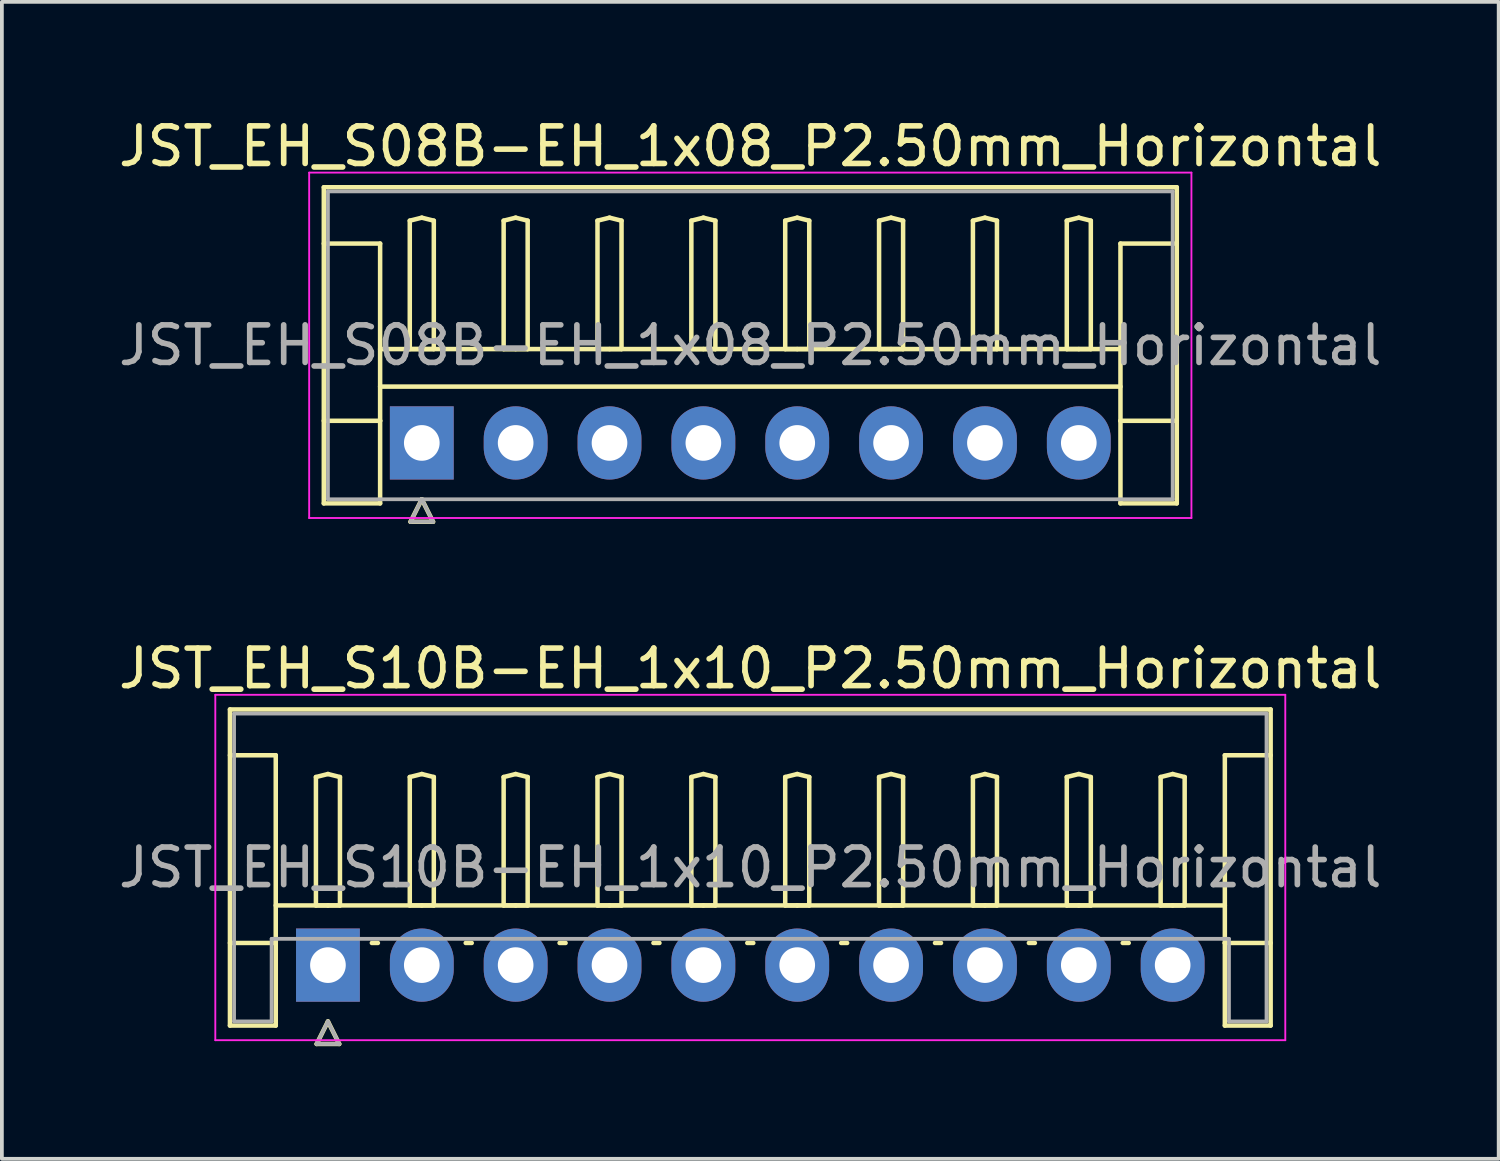
<source format=kicad_pcb>
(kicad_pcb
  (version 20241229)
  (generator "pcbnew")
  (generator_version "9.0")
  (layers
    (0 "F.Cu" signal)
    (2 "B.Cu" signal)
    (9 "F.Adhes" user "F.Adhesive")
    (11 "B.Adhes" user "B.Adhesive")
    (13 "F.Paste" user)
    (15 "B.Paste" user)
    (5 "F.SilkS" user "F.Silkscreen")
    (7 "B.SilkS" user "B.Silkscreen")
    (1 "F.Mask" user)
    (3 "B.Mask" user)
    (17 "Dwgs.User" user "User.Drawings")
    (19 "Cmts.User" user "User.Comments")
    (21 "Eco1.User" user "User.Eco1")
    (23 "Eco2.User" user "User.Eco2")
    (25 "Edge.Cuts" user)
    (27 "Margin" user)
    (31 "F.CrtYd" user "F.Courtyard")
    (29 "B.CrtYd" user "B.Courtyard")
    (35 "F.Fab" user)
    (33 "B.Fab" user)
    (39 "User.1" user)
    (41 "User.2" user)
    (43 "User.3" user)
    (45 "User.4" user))
  (footprint "JST_EH_S10B-EH_1x10_P2.50mm_Horizontal"
    (layer "F.Cu")
    (at 5.685 22.657)
    (property "Reference" "JST_EH_S10B-EH_1x10_P2.50mm_Horizontal" (at 11.25 -7.9 0) (layer "F.SilkS") (effects (font (size 1 1) (thickness 0.15))))
    (attr through_hole)
    (fp_line (start -2.61 -6.81) (end 25.11 -6.81) (stroke (width 0.12) (type solid)) (layer "F.SilkS"))
    (fp_line (start -2.61 -5.59) (end -1.39 -5.59) (stroke (width 0.12) (type solid)) (layer "F.SilkS"))
    (fp_line (start -2.61 1.61) (end -2.61 -6.81) (stroke (width 0.12) (type solid)) (layer "F.SilkS"))
    (fp_line (start -1.39 -5.59) (end -1.39 -0.59) (stroke (width 0.12) (type solid)) (layer "F.SilkS"))
    (fp_line (start -1.39 -1.59) (end 23.89 -1.59) (stroke (width 0.12) (type solid)) (layer "F.SilkS"))
    (fp_line (start -1.39 -0.59) (end -2.61 -0.59) (stroke (width 0.12) (type solid)) (layer "F.SilkS"))
    (fp_line (start -1.39 -0.59) (end -1.39 1.61) (stroke (width 0.12) (type solid)) (layer "F.SilkS"))
    (fp_line (start -1.39 1.61) (end -2.61 1.61) (stroke (width 0.12) (type solid)) (layer "F.SilkS"))
    (fp_line (start -0.32 -5.01) (end 0 -5.09) (stroke (width 0.12) (type solid)) (layer "F.SilkS"))
    (fp_line (start -0.32 -1.59) (end -0.32 -5.01) (stroke (width 0.12) (type solid)) (layer "F.SilkS"))
    (fp_line (start -0.3 2.1) (end 0.3 2.1) (stroke (width 0.12) (type solid)) (layer "F.SilkS"))
    (fp_line (start 0 -5.09) (end 0.32 -5.01) (stroke (width 0.12) (type solid)) (layer "F.SilkS"))
    (fp_line (start 0 -1.59) (end -0.32 -1.59) (stroke (width 0.12) (type solid)) (layer "F.SilkS"))
    (fp_line (start 0 1.5) (end -0.3 2.1) (stroke (width 0.12) (type solid)) (layer "F.SilkS"))
    (fp_line (start 0.3 2.1) (end 0 1.5) (stroke (width 0.12) (type solid)) (layer "F.SilkS"))
    (fp_line (start 0.32 -5.01) (end 0.32 -1.59) (stroke (width 0.12) (type solid)) (layer "F.SilkS"))
    (fp_line (start 0.32 -1.59) (end 0 -1.59) (stroke (width 0.12) (type solid)) (layer "F.SilkS"))
    (fp_line (start 1.17 -0.59) (end 1.33 -0.59) (stroke (width 0.12) (type solid)) (layer "F.SilkS"))
    (fp_line (start 2.18 -5.01) (end 2.5 -5.09) (stroke (width 0.12) (type solid)) (layer "F.SilkS"))
    (fp_line (start 2.18 -1.59) (end 2.18 -5.01) (stroke (width 0.12) (type solid)) (layer "F.SilkS"))
    (fp_line (start 2.5 -5.09) (end 2.82 -5.01) (stroke (width 0.12) (type solid)) (layer "F.SilkS"))
    (fp_line (start 2.5 -1.59) (end 2.18 -1.59) (stroke (width 0.12) (type solid)) (layer "F.SilkS"))
    (fp_line (start 2.82 -5.01) (end 2.82 -1.59) (stroke (width 0.12) (type solid)) (layer "F.SilkS"))
    (fp_line (start 2.82 -1.59) (end 2.5 -1.59) (stroke (width 0.12) (type solid)) (layer "F.SilkS"))
    (fp_line (start 3.67 -0.59) (end 3.83 -0.59) (stroke (width 0.12) (type solid)) (layer "F.SilkS"))
    (fp_line (start 4.68 -5.01) (end 5 -5.09) (stroke (width 0.12) (type solid)) (layer "F.SilkS"))
    (fp_line (start 4.68 -1.59) (end 4.68 -5.01) (stroke (width 0.12) (type solid)) (layer "F.SilkS"))
    (fp_line (start 5 -5.09) (end 5.32 -5.01) (stroke (width 0.12) (type solid)) (layer "F.SilkS"))
    (fp_line (start 5 -1.59) (end 4.68 -1.59) (stroke (width 0.12) (type solid)) (layer "F.SilkS"))
    (fp_line (start 5.32 -5.01) (end 5.32 -1.59) (stroke (width 0.12) (type solid)) (layer "F.SilkS"))
    (fp_line (start 5.32 -1.59) (end 5 -1.59) (stroke (width 0.12) (type solid)) (layer "F.SilkS"))
    (fp_line (start 6.17 -0.59) (end 6.33 -0.59) (stroke (width 0.12) (type solid)) (layer "F.SilkS"))
    (fp_line (start 7.18 -5.01) (end 7.5 -5.09) (stroke (width 0.12) (type solid)) (layer "F.SilkS"))
    (fp_line (start 7.18 -1.59) (end 7.18 -5.01) (stroke (width 0.12) (type solid)) (layer "F.SilkS"))
    (fp_line (start 7.5 -5.09) (end 7.82 -5.01) (stroke (width 0.12) (type solid)) (layer "F.SilkS"))
    (fp_line (start 7.5 -1.59) (end 7.18 -1.59) (stroke (width 0.12) (type solid)) (layer "F.SilkS"))
    (fp_line (start 7.82 -5.01) (end 7.82 -1.59) (stroke (width 0.12) (type solid)) (layer "F.SilkS"))
    (fp_line (start 7.82 -1.59) (end 7.5 -1.59) (stroke (width 0.12) (type solid)) (layer "F.SilkS"))
    (fp_line (start 8.67 -0.59) (end 8.83 -0.59) (stroke (width 0.12) (type solid)) (layer "F.SilkS"))
    (fp_line (start 9.68 -5.01) (end 10 -5.09) (stroke (width 0.12) (type solid)) (layer "F.SilkS"))
    (fp_line (start 9.68 -1.59) (end 9.68 -5.01) (stroke (width 0.12) (type solid)) (layer "F.SilkS"))
    (fp_line (start 10 -5.09) (end 10.32 -5.01) (stroke (width 0.12) (type solid)) (layer "F.SilkS"))
    (fp_line (start 10 -1.59) (end 9.68 -1.59) (stroke (width 0.12) (type solid)) (layer "F.SilkS"))
    (fp_line (start 10.32 -5.01) (end 10.32 -1.59) (stroke (width 0.12) (type solid)) (layer "F.SilkS"))
    (fp_line (start 10.32 -1.59) (end 10 -1.59) (stroke (width 0.12) (type solid)) (layer "F.SilkS"))
    (fp_line (start 11.17 -0.59) (end 11.33 -0.59) (stroke (width 0.12) (type solid)) (layer "F.SilkS"))
    (fp_line (start 12.18 -5.01) (end 12.5 -5.09) (stroke (width 0.12) (type solid)) (layer "F.SilkS"))
    (fp_line (start 12.18 -1.59) (end 12.18 -5.01) (stroke (width 0.12) (type solid)) (layer "F.SilkS"))
    (fp_line (start 12.5 -5.09) (end 12.82 -5.01) (stroke (width 0.12) (type solid)) (layer "F.SilkS"))
    (fp_line (start 12.5 -1.59) (end 12.18 -1.59) (stroke (width 0.12) (type solid)) (layer "F.SilkS"))
    (fp_line (start 12.82 -5.01) (end 12.82 -1.59) (stroke (width 0.12) (type solid)) (layer "F.SilkS"))
    (fp_line (start 12.82 -1.59) (end 12.5 -1.59) (stroke (width 0.12) (type solid)) (layer "F.SilkS"))
    (fp_line (start 13.67 -0.59) (end 13.83 -0.59) (stroke (width 0.12) (type solid)) (layer "F.SilkS"))
    (fp_line (start 14.68 -5.01) (end 15 -5.09) (stroke (width 0.12) (type solid)) (layer "F.SilkS"))
    (fp_line (start 14.68 -1.59) (end 14.68 -5.01) (stroke (width 0.12) (type solid)) (layer "F.SilkS"))
    (fp_line (start 15 -5.09) (end 15.32 -5.01) (stroke (width 0.12) (type solid)) (layer "F.SilkS"))
    (fp_line (start 15 -1.59) (end 14.68 -1.59) (stroke (width 0.12) (type solid)) (layer "F.SilkS"))
    (fp_line (start 15.32 -5.01) (end 15.32 -1.59) (stroke (width 0.12) (type solid)) (layer "F.SilkS"))
    (fp_line (start 15.32 -1.59) (end 15 -1.59) (stroke (width 0.12) (type solid)) (layer "F.SilkS"))
    (fp_line (start 16.17 -0.59) (end 16.33 -0.59) (stroke (width 0.12) (type solid)) (layer "F.SilkS"))
    (fp_line (start 17.18 -5.01) (end 17.5 -5.09) (stroke (width 0.12) (type solid)) (layer "F.SilkS"))
    (fp_line (start 17.18 -1.59) (end 17.18 -5.01) (stroke (width 0.12) (type solid)) (layer "F.SilkS"))
    (fp_line (start 17.5 -5.09) (end 17.82 -5.01) (stroke (width 0.12) (type solid)) (layer "F.SilkS"))
    (fp_line (start 17.5 -1.59) (end 17.18 -1.59) (stroke (width 0.12) (type solid)) (layer "F.SilkS"))
    (fp_line (start 17.82 -5.01) (end 17.82 -1.59) (stroke (width 0.12) (type solid)) (layer "F.SilkS"))
    (fp_line (start 17.82 -1.59) (end 17.5 -1.59) (stroke (width 0.12) (type solid)) (layer "F.SilkS"))
    (fp_line (start 18.67 -0.59) (end 18.83 -0.59) (stroke (width 0.12) (type solid)) (layer "F.SilkS"))
    (fp_line (start 19.68 -5.01) (end 20 -5.09) (stroke (width 0.12) (type solid)) (layer "F.SilkS"))
    (fp_line (start 19.68 -1.59) (end 19.68 -5.01) (stroke (width 0.12) (type solid)) (layer "F.SilkS"))
    (fp_line (start 20 -5.09) (end 20.32 -5.01) (stroke (width 0.12) (type solid)) (layer "F.SilkS"))
    (fp_line (start 20 -1.59) (end 19.68 -1.59) (stroke (width 0.12) (type solid)) (layer "F.SilkS"))
    (fp_line (start 20.32 -5.01) (end 20.32 -1.59) (stroke (width 0.12) (type solid)) (layer "F.SilkS"))
    (fp_line (start 20.32 -1.59) (end 20 -1.59) (stroke (width 0.12) (type solid)) (layer "F.SilkS"))
    (fp_line (start 21.17 -0.59) (end 21.33 -0.59) (stroke (width 0.12) (type solid)) (layer "F.SilkS"))
    (fp_line (start 22.18 -5.01) (end 22.5 -5.09) (stroke (width 0.12) (type solid)) (layer "F.SilkS"))
    (fp_line (start 22.18 -1.59) (end 22.18 -5.01) (stroke (width 0.12) (type solid)) (layer "F.SilkS"))
    (fp_line (start 22.5 -5.09) (end 22.82 -5.01) (stroke (width 0.12) (type solid)) (layer "F.SilkS"))
    (fp_line (start 22.5 -1.59) (end 22.18 -1.59) (stroke (width 0.12) (type solid)) (layer "F.SilkS"))
    (fp_line (start 22.82 -5.01) (end 22.82 -1.59) (stroke (width 0.12) (type solid)) (layer "F.SilkS"))
    (fp_line (start 22.82 -1.59) (end 22.5 -1.59) (stroke (width 0.12) (type solid)) (layer "F.SilkS"))
    (fp_line (start 23.89 -5.59) (end 23.89 -0.59) (stroke (width 0.12) (type solid)) (layer "F.SilkS"))
    (fp_line (start 23.89 -0.59) (end 25.11 -0.59) (stroke (width 0.12) (type solid)) (layer "F.SilkS"))
    (fp_line (start 23.89 1.61) (end 23.89 -0.59) (stroke (width 0.12) (type solid)) (layer "F.SilkS"))
    (fp_line (start 25.11 -6.81) (end 25.11 1.61) (stroke (width 0.12) (type solid)) (layer "F.SilkS"))
    (fp_line (start 25.11 -5.59) (end 23.89 -5.59) (stroke (width 0.12) (type solid)) (layer "F.SilkS"))
    (fp_line (start 25.11 1.61) (end 23.89 1.61) (stroke (width 0.12) (type solid)) (layer "F.SilkS"))
    (fp_line (start -3 -7.2) (end -3 2) (stroke (width 0.05) (type solid)) (layer "F.CrtYd"))
    (fp_line (start -3 2) (end 25.5 2) (stroke (width 0.05) (type solid)) (layer "F.CrtYd"))
    (fp_line (start 25.5 -7.2) (end -3 -7.2) (stroke (width 0.05) (type solid)) (layer "F.CrtYd"))
    (fp_line (start 25.5 2) (end 25.5 -7.2) (stroke (width 0.05) (type solid)) (layer "F.CrtYd"))
    (fp_line (start -2.5 -6.7) (end 25 -6.7) (stroke (width 0.1) (type solid)) (layer "F.Fab"))
    (fp_line (start -2.5 1.5) (end -2.5 -6.7) (stroke (width 0.1) (type solid)) (layer "F.Fab"))
    (fp_line (start -1.5 -0.7) (end -1.5 1.5) (stroke (width 0.1) (type solid)) (layer "F.Fab"))
    (fp_line (start -1.5 1.5) (end -2.5 1.5) (stroke (width 0.1) (type solid)) (layer "F.Fab"))
    (fp_line (start -0.3 2.1) (end 0.3 2.1) (stroke (width 0.1) (type solid)) (layer "F.Fab"))
    (fp_line (start 0 1.5) (end -0.3 2.1) (stroke (width 0.1) (type solid)) (layer "F.Fab"))
    (fp_line (start 0.3 2.1) (end 0 1.5) (stroke (width 0.1) (type solid)) (layer "F.Fab"))
    (fp_line (start 24 -0.7) (end -1.5 -0.7) (stroke (width 0.1) (type solid)) (layer "F.Fab"))
    (fp_line (start 24 1.5) (end 24 -0.7) (stroke (width 0.1) (type solid)) (layer "F.Fab"))
    (fp_line (start 25 -6.7) (end 25 1.5) (stroke (width 0.1) (type solid)) (layer "F.Fab"))
    (fp_line (start 25 1.5) (end 24 1.5) (stroke (width 0.1) (type solid)) (layer "F.Fab"))
    (fp_text user "${REFERENCE}" (at 11.25 -2.6 0) (layer "F.Fab") (effects (font (size 1 1) (thickness 0.15))))
    (pad "1" thru_hole rect (at 0 0) (size 1.7 1.95) (drill 0.95) (layers "*.Cu" "*.Mask"))
    (pad "2" thru_hole oval (at 2.5 0) (size 1.7 1.95) (drill 0.95) (layers "*.Cu" "*.Mask"))
    (pad "3" thru_hole oval (at 5 0) (size 1.7 1.95) (drill 0.95) (layers "*.Cu" "*.Mask"))
    (pad "4" thru_hole oval (at 7.5 0) (size 1.7 1.95) (drill 0.95) (layers "*.Cu" "*.Mask"))
    (pad "5" thru_hole oval (at 10 0) (size 1.7 1.95) (drill 0.95) (layers "*.Cu" "*.Mask"))
    (pad "6" thru_hole oval (at 12.5 0) (size 1.7 1.95) (drill 0.95) (layers "*.Cu" "*.Mask"))
    (pad "7" thru_hole oval (at 15 0) (size 1.7 1.95) (drill 0.95) (layers "*.Cu" "*.Mask"))
    (pad "8" thru_hole oval (at 17.5 0) (size 1.7 1.95) (drill 0.95) (layers "*.Cu" "*.Mask"))
    (pad "9" thru_hole oval (at 20 0) (size 1.7 1.95) (drill 0.95) (layers "*.Cu" "*.Mask"))
    (pad "10" thru_hole oval (at 22.5 0) (size 1.7 1.95) (drill 0.95) (layers "*.Cu" "*.Mask")))
  (footprint "JST_EH_S08B-EH_1x08_P2.50mm_Horizontal"
    (layer "F.Cu")
    (at 8.185 8.748)
    (property "Reference" "JST_EH_S08B-EH_1x08_P2.50mm_Horizontal" (at 8.75 -7.9 0) (layer "F.SilkS") (effects (font (size 1 1) (thickness 0.15))))
    (attr through_hole)
    (fp_line (start -2.61 -6.81) (end 20.11 -6.81) (stroke (width 0.12) (type solid)) (layer "F.SilkS"))
    (fp_line (start -2.61 -5.31) (end -1.11 -5.31) (stroke (width 0.12) (type solid)) (layer "F.SilkS"))
    (fp_line (start -2.61 1.61) (end -2.61 -6.81) (stroke (width 0.12) (type solid)) (layer "F.SilkS"))
    (fp_line (start -1.11 -5.31) (end -1.11 -0.59) (stroke (width 0.12) (type solid)) (layer "F.SilkS"))
    (fp_line (start -1.11 -2.5) (end 18.61 -2.5) (stroke (width 0.12) (type solid)) (layer "F.SilkS"))
    (fp_line (start -1.11 -1.5) (end 18.61 -1.5) (stroke (width 0.12) (type solid)) (layer "F.SilkS"))
    (fp_line (start -1.11 -0.59) (end -2.61 -0.59) (stroke (width 0.12) (type solid)) (layer "F.SilkS"))
    (fp_line (start -1.11 -0.59) (end -1.11 1.61) (stroke (width 0.12) (type solid)) (layer "F.SilkS"))
    (fp_line (start -1.11 1.61) (end -2.61 1.61) (stroke (width 0.12) (type solid)) (layer "F.SilkS"))
    (fp_line (start -0.32 -5.92) (end 0 -6) (stroke (width 0.12) (type solid)) (layer "F.SilkS"))
    (fp_line (start -0.32 -2.5) (end -0.32 -5.92) (stroke (width 0.12) (type solid)) (layer "F.SilkS"))
    (fp_line (start -0.3 2.1) (end 0.3 2.1) (stroke (width 0.12) (type solid)) (layer "F.SilkS"))
    (fp_line (start 0 -6) (end 0.32 -5.92) (stroke (width 0.12) (type solid)) (layer "F.SilkS"))
    (fp_line (start 0 -2.5) (end -0.32 -2.5) (stroke (width 0.12) (type solid)) (layer "F.SilkS"))
    (fp_line (start 0 1.5) (end -0.3 2.1) (stroke (width 0.12) (type solid)) (layer "F.SilkS"))
    (fp_line (start 0.3 2.1) (end 0 1.5) (stroke (width 0.12) (type solid)) (layer "F.SilkS"))
    (fp_line (start 0.32 -5.92) (end 0.32 -2.5) (stroke (width 0.12) (type solid)) (layer "F.SilkS"))
    (fp_line (start 0.32 -2.5) (end 0 -2.5) (stroke (width 0.12) (type solid)) (layer "F.SilkS"))
    (fp_line (start 2.18 -5.92) (end 2.5 -6) (stroke (width 0.12) (type solid)) (layer "F.SilkS"))
    (fp_line (start 2.18 -2.5) (end 2.18 -5.92) (stroke (width 0.12) (type solid)) (layer "F.SilkS"))
    (fp_line (start 2.5 -6) (end 2.82 -5.92) (stroke (width 0.12) (type solid)) (layer "F.SilkS"))
    (fp_line (start 2.5 -2.5) (end 2.18 -2.5) (stroke (width 0.12) (type solid)) (layer "F.SilkS"))
    (fp_line (start 2.82 -5.92) (end 2.82 -2.5) (stroke (width 0.12) (type solid)) (layer "F.SilkS"))
    (fp_line (start 2.82 -2.5) (end 2.5 -2.5) (stroke (width 0.12) (type solid)) (layer "F.SilkS"))
    (fp_line (start 4.68 -5.92) (end 5 -6) (stroke (width 0.12) (type solid)) (layer "F.SilkS"))
    (fp_line (start 4.68 -2.5) (end 4.68 -5.92) (stroke (width 0.12) (type solid)) (layer "F.SilkS"))
    (fp_line (start 5 -6) (end 5.32 -5.92) (stroke (width 0.12) (type solid)) (layer "F.SilkS"))
    (fp_line (start 5 -2.5) (end 4.68 -2.5) (stroke (width 0.12) (type solid)) (layer "F.SilkS"))
    (fp_line (start 5.32 -5.92) (end 5.32 -2.5) (stroke (width 0.12) (type solid)) (layer "F.SilkS"))
    (fp_line (start 5.32 -2.5) (end 5 -2.5) (stroke (width 0.12) (type solid)) (layer "F.SilkS"))
    (fp_line (start 7.18 -5.92) (end 7.5 -6) (stroke (width 0.12) (type solid)) (layer "F.SilkS"))
    (fp_line (start 7.18 -2.5) (end 7.18 -5.92) (stroke (width 0.12) (type solid)) (layer "F.SilkS"))
    (fp_line (start 7.5 -6) (end 7.82 -5.92) (stroke (width 0.12) (type solid)) (layer "F.SilkS"))
    (fp_line (start 7.5 -2.5) (end 7.18 -2.5) (stroke (width 0.12) (type solid)) (layer "F.SilkS"))
    (fp_line (start 7.82 -5.92) (end 7.82 -2.5) (stroke (width 0.12) (type solid)) (layer "F.SilkS"))
    (fp_line (start 7.82 -2.5) (end 7.5 -2.5) (stroke (width 0.12) (type solid)) (layer "F.SilkS"))
    (fp_line (start 9.68 -5.92) (end 10 -6) (stroke (width 0.12) (type solid)) (layer "F.SilkS"))
    (fp_line (start 9.68 -2.5) (end 9.68 -5.92) (stroke (width 0.12) (type solid)) (layer "F.SilkS"))
    (fp_line (start 10 -6) (end 10.32 -5.92) (stroke (width 0.12) (type solid)) (layer "F.SilkS"))
    (fp_line (start 10 -2.5) (end 9.68 -2.5) (stroke (width 0.12) (type solid)) (layer "F.SilkS"))
    (fp_line (start 10.32 -5.92) (end 10.32 -2.5) (stroke (width 0.12) (type solid)) (layer "F.SilkS"))
    (fp_line (start 10.32 -2.5) (end 10 -2.5) (stroke (width 0.12) (type solid)) (layer "F.SilkS"))
    (fp_line (start 12.18 -5.92) (end 12.5 -6) (stroke (width 0.12) (type solid)) (layer "F.SilkS"))
    (fp_line (start 12.18 -2.5) (end 12.18 -5.92) (stroke (width 0.12) (type solid)) (layer "F.SilkS"))
    (fp_line (start 12.5 -6) (end 12.82 -5.92) (stroke (width 0.12) (type solid)) (layer "F.SilkS"))
    (fp_line (start 12.5 -2.5) (end 12.18 -2.5) (stroke (width 0.12) (type solid)) (layer "F.SilkS"))
    (fp_line (start 12.82 -5.92) (end 12.82 -2.5) (stroke (width 0.12) (type solid)) (layer "F.SilkS"))
    (fp_line (start 12.82 -2.5) (end 12.5 -2.5) (stroke (width 0.12) (type solid)) (layer "F.SilkS"))
    (fp_line (start 14.68 -5.92) (end 15 -6) (stroke (width 0.12) (type solid)) (layer "F.SilkS"))
    (fp_line (start 14.68 -2.5) (end 14.68 -5.92) (stroke (width 0.12) (type solid)) (layer "F.SilkS"))
    (fp_line (start 15 -6) (end 15.32 -5.92) (stroke (width 0.12) (type solid)) (layer "F.SilkS"))
    (fp_line (start 15 -2.5) (end 14.68 -2.5) (stroke (width 0.12) (type solid)) (layer "F.SilkS"))
    (fp_line (start 15.32 -5.92) (end 15.32 -2.5) (stroke (width 0.12) (type solid)) (layer "F.SilkS"))
    (fp_line (start 15.32 -2.5) (end 15 -2.5) (stroke (width 0.12) (type solid)) (layer "F.SilkS"))
    (fp_line (start 17.18 -5.92) (end 17.5 -6) (stroke (width 0.12) (type solid)) (layer "F.SilkS"))
    (fp_line (start 17.18 -2.5) (end 17.18 -5.92) (stroke (width 0.12) (type solid)) (layer "F.SilkS"))
    (fp_line (start 17.5 -6) (end 17.82 -5.92) (stroke (width 0.12) (type solid)) (layer "F.SilkS"))
    (fp_line (start 17.5 -2.5) (end 17.18 -2.5) (stroke (width 0.12) (type solid)) (layer "F.SilkS"))
    (fp_line (start 17.82 -5.92) (end 17.82 -2.5) (stroke (width 0.12) (type solid)) (layer "F.SilkS"))
    (fp_line (start 17.82 -2.5) (end 17.5 -2.5) (stroke (width 0.12) (type solid)) (layer "F.SilkS"))
    (fp_line (start 18.61 -5.31) (end 18.61 -0.59) (stroke (width 0.12) (type solid)) (layer "F.SilkS"))
    (fp_line (start 18.61 -0.59) (end 20.11 -0.59) (stroke (width 0.12) (type solid)) (layer "F.SilkS"))
    (fp_line (start 18.61 1.61) (end 18.61 -0.59) (stroke (width 0.12) (type solid)) (layer "F.SilkS"))
    (fp_line (start 20.11 -6.81) (end 20.11 1.61) (stroke (width 0.12) (type solid)) (layer "F.SilkS"))
    (fp_line (start 20.11 -5.31) (end 18.61 -5.31) (stroke (width 0.12) (type solid)) (layer "F.SilkS"))
    (fp_line (start 20.11 1.61) (end 18.61 1.61) (stroke (width 0.12) (type solid)) (layer "F.SilkS"))
    (fp_line (start -3 -7.2) (end -3 2) (stroke (width 0.05) (type solid)) (layer "F.CrtYd"))
    (fp_line (start -3 2) (end 20.5 2) (stroke (width 0.05) (type solid)) (layer "F.CrtYd"))
    (fp_line (start 20.5 -7.2) (end -3 -7.2) (stroke (width 0.05) (type solid)) (layer "F.CrtYd"))
    (fp_line (start 20.5 2) (end 20.5 -7.2) (stroke (width 0.05) (type solid)) (layer "F.CrtYd"))
    (fp_line (start -2.5 -6.7) (end -2.5 1.5) (stroke (width 0.1) (type solid)) (layer "F.Fab"))
    (fp_line (start -2.5 1.5) (end 20 1.5) (stroke (width 0.1) (type solid)) (layer "F.Fab"))
    (fp_line (start -0.3 2.1) (end 0.3 2.1) (stroke (width 0.1) (type solid)) (layer "F.Fab"))
    (fp_line (start 0 1.5) (end -0.3 2.1) (stroke (width 0.1) (type solid)) (layer "F.Fab"))
    (fp_line (start 0.3 2.1) (end 0 1.5) (stroke (width 0.1) (type solid)) (layer "F.Fab"))
    (fp_line (start 20 -6.7) (end -2.5 -6.7) (stroke (width 0.1) (type solid)) (layer "F.Fab"))
    (fp_line (start 20 1.5) (end 20 -6.7) (stroke (width 0.1) (type solid)) (layer "F.Fab"))
    (fp_text user "${REFERENCE}" (at 8.75 -2.6 0) (layer "F.Fab") (effects (font (size 1 1) (thickness 0.15))))
    (pad "1" thru_hole rect (at 0 0) (size 1.7 1.95) (drill 0.95) (layers "*.Cu" "*.Mask"))
    (pad "2" thru_hole oval (at 2.5 0) (size 1.7 1.95) (drill 0.95) (layers "*.Cu" "*.Mask"))
    (pad "3" thru_hole oval (at 5 0) (size 1.7 1.95) (drill 0.95) (layers "*.Cu" "*.Mask"))
    (pad "4" thru_hole oval (at 7.5 0) (size 1.7 1.95) (drill 0.95) (layers "*.Cu" "*.Mask"))
    (pad "5" thru_hole oval (at 10 0) (size 1.7 1.95) (drill 0.95) (layers "*.Cu" "*.Mask"))
    (pad "6" thru_hole oval (at 12.5 0) (size 1.7 1.95) (drill 0.95) (layers "*.Cu" "*.Mask"))
    (pad "7" thru_hole oval (at 15 0) (size 1.7 1.95) (drill 0.95) (layers "*.Cu" "*.Mask"))
    (pad "8" thru_hole oval (at 17.5 0) (size 1.7 1.95) (drill 0.95) (layers "*.Cu" "*.Mask")))
  (gr_rect
    (start -3 -3)
    (end 36.869 27.817)
    (stroke (width 0.1) (type default))
    (fill no)
    (layer "Edge.Cuts")))
</source>
